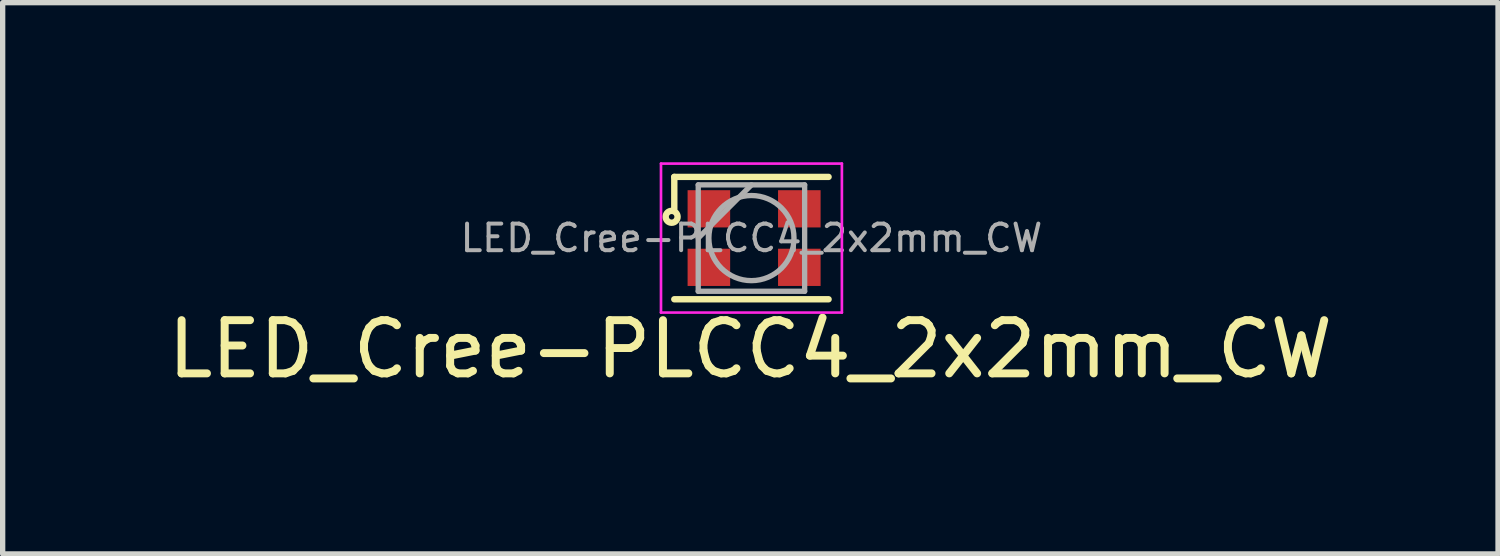
<source format=kicad_pcb>
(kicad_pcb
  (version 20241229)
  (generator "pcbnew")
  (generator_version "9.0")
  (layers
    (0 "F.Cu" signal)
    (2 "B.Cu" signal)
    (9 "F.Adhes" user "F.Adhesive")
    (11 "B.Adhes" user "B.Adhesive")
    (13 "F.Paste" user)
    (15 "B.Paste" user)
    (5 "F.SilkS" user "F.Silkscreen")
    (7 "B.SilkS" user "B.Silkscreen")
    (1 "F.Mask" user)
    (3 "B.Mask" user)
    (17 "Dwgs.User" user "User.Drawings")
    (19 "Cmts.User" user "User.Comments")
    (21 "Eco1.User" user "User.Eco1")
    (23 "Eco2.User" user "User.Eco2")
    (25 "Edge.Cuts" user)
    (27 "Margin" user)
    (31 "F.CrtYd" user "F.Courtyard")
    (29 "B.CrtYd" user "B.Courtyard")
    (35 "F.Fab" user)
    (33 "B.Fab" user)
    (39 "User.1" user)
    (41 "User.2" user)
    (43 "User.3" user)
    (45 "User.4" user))
  (footprint "LED_Cree-PLCC4_2x2mm_CW"
    (layer "F.Cu")
    (at 11.074 1.425)
    (property "Reference" "LED_Cree-PLCC4_2x2mm_CW" (at -0.02 2.088 0) (layer "F.SilkS") (effects (font (size 1 1) (thickness 0.15))))
    (attr smd)
    (fp_line (start -1.45 -1.15) (end 1.45 -1.15) (stroke (width 0.12) (type solid)) (layer "F.SilkS"))
    (fp_line (start -1.45 -0.55) (end -1.45 -1.15) (stroke (width 0.12) (type solid)) (layer "F.SilkS"))
    (fp_line (start -1.45 1.15) (end 1.45 1.15) (stroke (width 0.12) (type solid)) (layer "F.SilkS"))
    (fp_circle (center -1.5 -0.4) (end -1.45 -0.3) (stroke (width 0.12) (type solid)) (fill no) (layer "F.SilkS"))
    (fp_line (start -1.7 -1.4) (end -1.7 1.4) (stroke (width 0.05) (type solid)) (layer "F.CrtYd"))
    (fp_line (start -1.7 1.4) (end 1.7 1.4) (stroke (width 0.05) (type solid)) (layer "F.CrtYd"))
    (fp_line (start 1.7 -1.4) (end -1.7 -1.4) (stroke (width 0.05) (type solid)) (layer "F.CrtYd"))
    (fp_line (start 1.7 1.4) (end 1.7 -1.4) (stroke (width 0.05) (type solid)) (layer "F.CrtYd"))
    (fp_line (start -1 -1) (end -1 1) (stroke (width 0.1) (type solid)) (layer "F.Fab"))
    (fp_line (start -1 1) (end 1 1) (stroke (width 0.1) (type solid)) (layer "F.Fab"))
    (fp_line (start 0 -1) (end -1 0) (stroke (width 0.1) (type solid)) (layer "F.Fab"))
    (fp_line (start 1 -1) (end -1 -1) (stroke (width 0.1) (type solid)) (layer "F.Fab"))
    (fp_line (start 1 1) (end 1 -1) (stroke (width 0.1) (type solid)) (layer "F.Fab"))
    (fp_circle (center 0 0) (end 0.8 0) (stroke (width 0.1) (type solid)) (fill no) (layer "F.Fab"))
    (fp_text user "${REFERENCE}" (at 0 0 0) (layer "F.Fab") (effects (font (size 0.5 0.5) (thickness 0.075))))
    (pad "1" smd rect (at -0.8 -0.55) (size 0.8 0.7) (layers "F.Cu" "F.Mask" "F.Paste"))
    (pad "2" smd rect (at 0.9 -0.55) (size 0.8 0.7) (layers "F.Cu" "F.Mask" "F.Paste"))
    (pad "3" smd rect (at 0.9 0.55) (size 0.8 0.7) (layers "F.Cu" "F.Mask" "F.Paste"))
    (pad "4" smd rect (at -0.8 0.55) (size 0.8 0.7) (layers "F.Cu" "F.Mask" "F.Paste")))
  (gr_rect
    (start -3 -3)
    (end 25.107 7.361)
    (stroke (width 0.1) (type default))
    (fill no)
    (layer "Edge.Cuts")))
</source>
